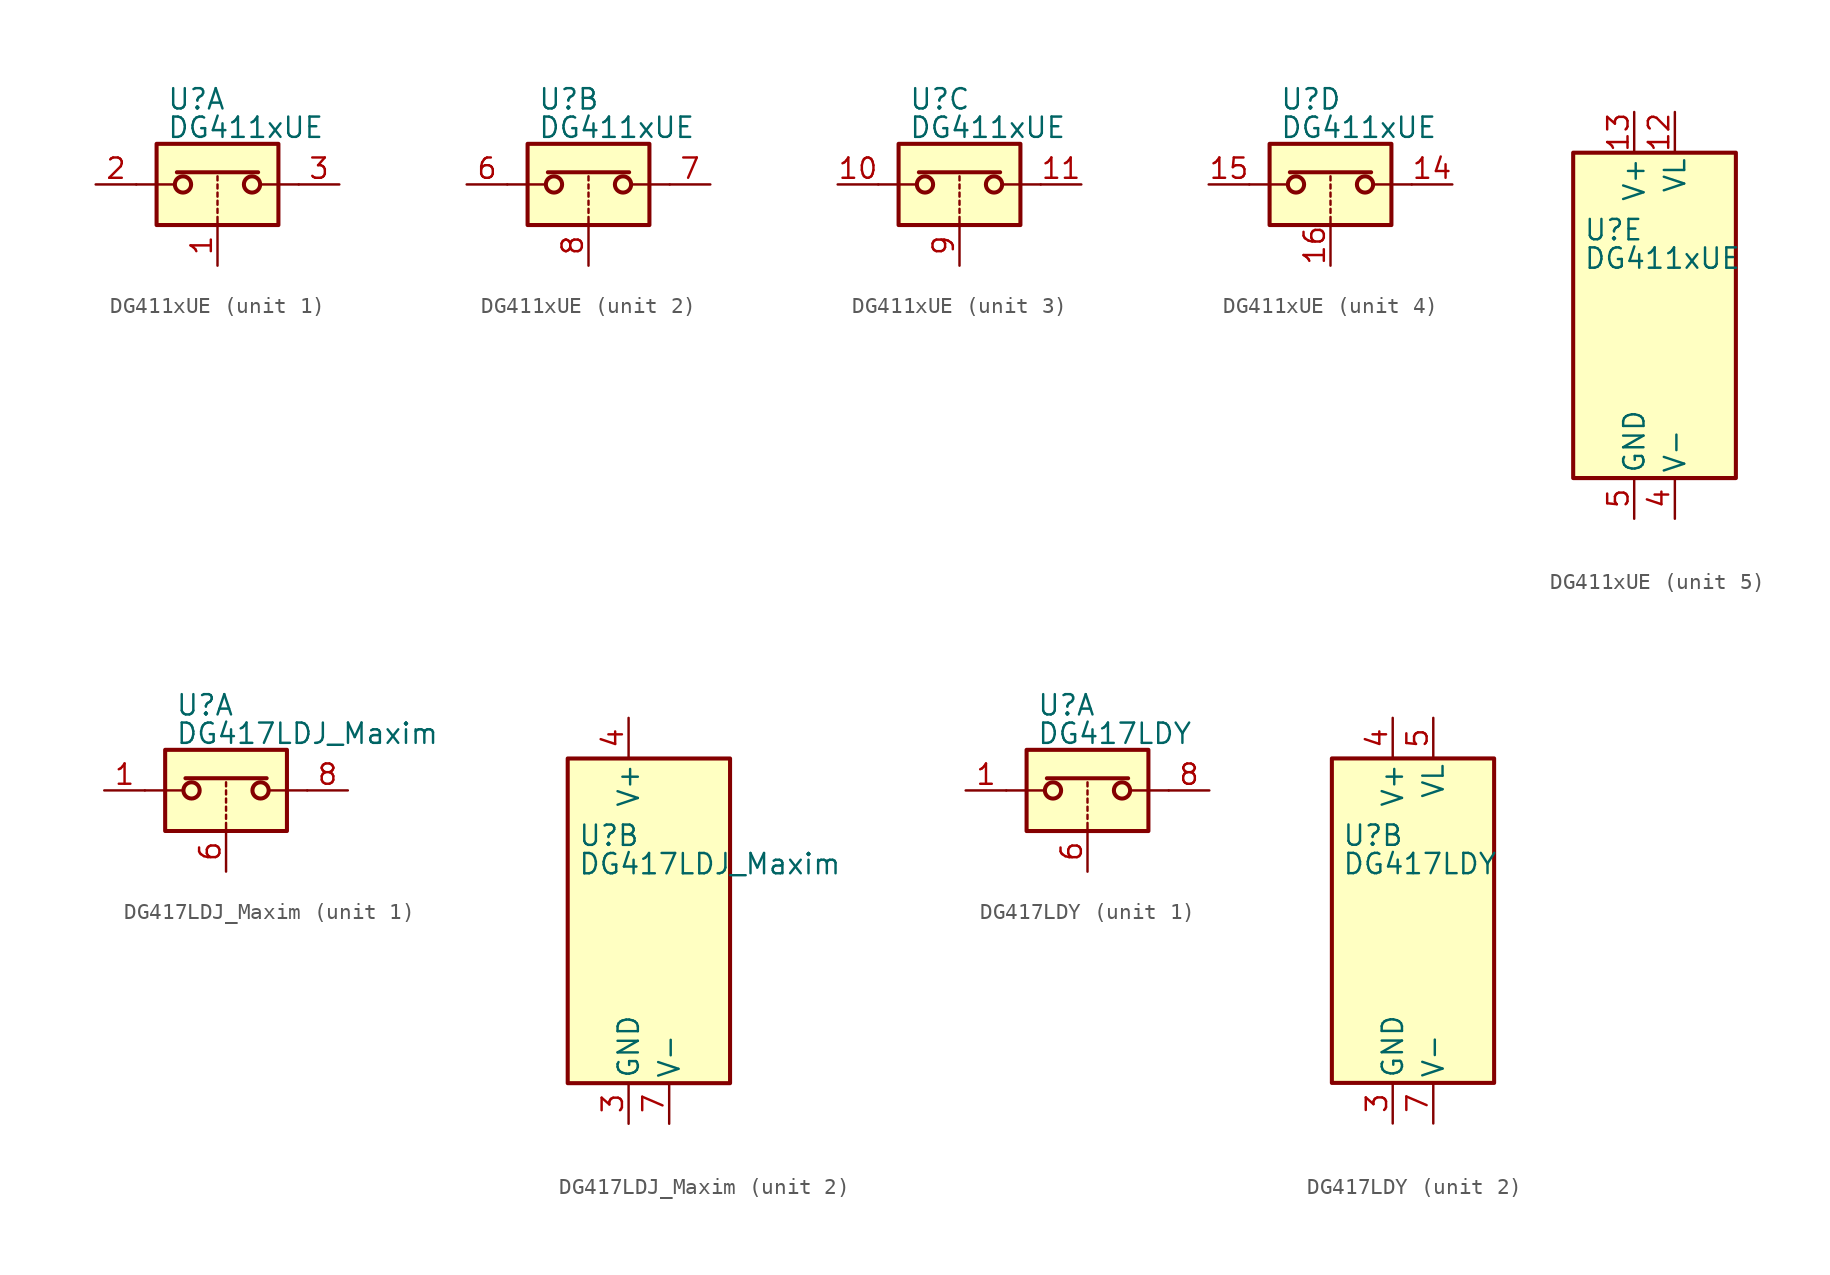
<source format=kicad_sym>
(kicad_symbol_lib
  (version 20220914)
  (generator kicad_symbol_editor)
  (symbol "DG411xUE"
    (pin_names
      (offset 0.254))
    (property "Reference" "U"
      (at -3.175 5.334 0)
      (effects (font (size 1.27 1.27)) (justify left)))
    (property "Value" "DG411xUE"
      (at -3.175 3.556 0)
      (effects (font (size 1.27 1.27)) (justify left)))
    (symbol "DG411xUE_1_1"
      (rectangle (start -3.81 2.54) (end 3.81 -2.54) (stroke (width 0.254) (type default)) (fill (type background)))
      (circle (center -2.159 0) (radius 0.508) (stroke (width 0.254) (type default)) (fill (type none)))
      (polyline (pts (xy -5.08 0) (xy -2.794 0)) (stroke (width 0) (type default)) (fill (type none)))
      (polyline (pts (xy -2.54 0.762) (xy 2.54 0.762)) (stroke (width 0.254) (type default)) (fill (type none)))
      (polyline (pts (xy 0 -2.54) (xy 0 -2.032)) (stroke (width 0) (type default)) (fill (type none)))
      (polyline (pts (xy 0 -1.778) (xy 0 -1.524)) (stroke (width 0) (type default)) (fill (type none)))
      (polyline (pts (xy 0 -1.27) (xy 0 -1.016)) (stroke (width 0) (type default)) (fill (type none)))
      (polyline (pts (xy 0 -0.762) (xy 0 -0.508)) (stroke (width 0) (type default)) (fill (type none)))
      (polyline (pts (xy 0 -0.254) (xy 0 0)) (stroke (width 0) (type default)) (fill (type none)))
      (polyline (pts (xy 0 0.254) (xy 0 0.508)) (stroke (width 0) (type default)) (fill (type none)))
      (polyline (pts (xy 5.08 0) (xy 2.794 0)) (stroke (width 0) (type default)) (fill (type none)))
      (circle (center 2.159 0) (radius 0.508) (stroke (width 0.254) (type default)) (fill (type none)))
      (pin input line (at 0 -5.08 90) (length 2.54) (name "~" (effects (font (size 1.27 1.27)))) (number "1" (effects (font (size 1.27 1.27)))))
      (pin passive line (at -7.62 0 0) (length 2.54) (name "~" (effects (font (size 1.27 1.27)))) (number "2" (effects (font (size 1.27 1.27)))))
      (pin passive line (at 7.62 0 180) (length 2.54) (name "~" (effects (font (size 1.27 1.27)))) (number "3" (effects (font (size 1.27 1.27))))))
    (symbol "DG411xUE_2_1"
      (rectangle (start -3.81 2.54) (end 3.81 -2.54) (stroke (width 0.254) (type default)) (fill (type background)))
      (circle (center -2.159 0) (radius 0.508) (stroke (width 0.254) (type default)) (fill (type none)))
      (polyline (pts (xy -5.08 0) (xy -2.794 0)) (stroke (width 0) (type default)) (fill (type none)))
      (polyline (pts (xy -2.54 0.762) (xy 2.54 0.762)) (stroke (width 0.254) (type default)) (fill (type none)))
      (polyline (pts (xy 0 -2.54) (xy 0 -2.032)) (stroke (width 0) (type default)) (fill (type none)))
      (polyline (pts (xy 0 -1.778) (xy 0 -1.524)) (stroke (width 0) (type default)) (fill (type none)))
      (polyline (pts (xy 0 -1.27) (xy 0 -1.016)) (stroke (width 0) (type default)) (fill (type none)))
      (polyline (pts (xy 0 -0.762) (xy 0 -0.508)) (stroke (width 0) (type default)) (fill (type none)))
      (polyline (pts (xy 0 -0.254) (xy 0 0)) (stroke (width 0) (type default)) (fill (type none)))
      (polyline (pts (xy 0 0.254) (xy 0 0.508)) (stroke (width 0) (type default)) (fill (type none)))
      (polyline (pts (xy 5.08 0) (xy 2.794 0)) (stroke (width 0) (type default)) (fill (type none)))
      (circle (center 2.159 0) (radius 0.508) (stroke (width 0.254) (type default)) (fill (type none)))
      (pin passive line (at -7.62 0 0) (length 2.54) (name "~" (effects (font (size 1.27 1.27)))) (number "6" (effects (font (size 1.27 1.27)))))
      (pin passive line (at 7.62 0 180) (length 2.54) (name "~" (effects (font (size 1.27 1.27)))) (number "7" (effects (font (size 1.27 1.27)))))
      (pin input line (at 0 -5.08 90) (length 2.54) (name "~" (effects (font (size 1.27 1.27)))) (number "8" (effects (font (size 1.27 1.27))))))
    (symbol "DG411xUE_3_1"
      (rectangle (start -3.81 2.54) (end 3.81 -2.54) (stroke (width 0.254) (type default)) (fill (type background)))
      (circle (center -2.159 0) (radius 0.508) (stroke (width 0.254) (type default)) (fill (type none)))
      (polyline (pts (xy -5.08 0) (xy -2.794 0)) (stroke (width 0) (type default)) (fill (type none)))
      (polyline (pts (xy -2.54 0.762) (xy 2.54 0.762)) (stroke (width 0.254) (type default)) (fill (type none)))
      (polyline (pts (xy 0 -2.54) (xy 0 -2.032)) (stroke (width 0) (type default)) (fill (type none)))
      (polyline (pts (xy 0 -1.778) (xy 0 -1.524)) (stroke (width 0) (type default)) (fill (type none)))
      (polyline (pts (xy 0 -1.27) (xy 0 -1.016)) (stroke (width 0) (type default)) (fill (type none)))
      (polyline (pts (xy 0 -0.762) (xy 0 -0.508)) (stroke (width 0) (type default)) (fill (type none)))
      (polyline (pts (xy 0 -0.254) (xy 0 0)) (stroke (width 0) (type default)) (fill (type none)))
      (polyline (pts (xy 0 0.254) (xy 0 0.508)) (stroke (width 0) (type default)) (fill (type none)))
      (polyline (pts (xy 5.08 0) (xy 2.794 0)) (stroke (width 0) (type default)) (fill (type none)))
      (circle (center 2.159 0) (radius 0.508) (stroke (width 0.254) (type default)) (fill (type none)))
      (pin passive line (at -7.62 0 0) (length 2.54) (name "~" (effects (font (size 1.27 1.27)))) (number "10" (effects (font (size 1.27 1.27)))))
      (pin passive line (at 7.62 0 180) (length 2.54) (name "~" (effects (font (size 1.27 1.27)))) (number "11" (effects (font (size 1.27 1.27)))))
      (pin input line (at 0 -5.08 90) (length 2.54) (name "~" (effects (font (size 1.27 1.27)))) (number "9" (effects (font (size 1.27 1.27))))))
    (symbol "DG411xUE_4_1"
      (rectangle (start -3.81 2.54) (end 3.81 -2.54) (stroke (width 0.254) (type default)) (fill (type background)))
      (circle (center -2.159 0) (radius 0.508) (stroke (width 0.254) (type default)) (fill (type none)))
      (polyline (pts (xy -5.08 0) (xy -2.794 0)) (stroke (width 0) (type default)) (fill (type none)))
      (polyline (pts (xy -2.54 0.762) (xy 2.54 0.762)) (stroke (width 0.254) (type default)) (fill (type none)))
      (polyline (pts (xy 0 -2.54) (xy 0 -2.032)) (stroke (width 0) (type default)) (fill (type none)))
      (polyline (pts (xy 0 -1.778) (xy 0 -1.524)) (stroke (width 0) (type default)) (fill (type none)))
      (polyline (pts (xy 0 -1.27) (xy 0 -1.016)) (stroke (width 0) (type default)) (fill (type none)))
      (polyline (pts (xy 0 -0.762) (xy 0 -0.508)) (stroke (width 0) (type default)) (fill (type none)))
      (polyline (pts (xy 0 -0.254) (xy 0 0)) (stroke (width 0) (type default)) (fill (type none)))
      (polyline (pts (xy 0 0.254) (xy 0 0.508)) (stroke (width 0) (type default)) (fill (type none)))
      (polyline (pts (xy 5.08 0) (xy 2.794 0)) (stroke (width 0) (type default)) (fill (type none)))
      (circle (center 2.159 0) (radius 0.508) (stroke (width 0.254) (type default)) (fill (type none)))
      (pin passive line (at 7.62 0 180) (length 2.54) (name "~" (effects (font (size 1.27 1.27)))) (number "14" (effects (font (size 1.27 1.27)))))
      (pin passive line (at -7.62 0 0) (length 2.54) (name "~" (effects (font (size 1.27 1.27)))) (number "15" (effects (font (size 1.27 1.27)))))
      (pin input line (at 0 -5.08 90) (length 2.54) (name "~" (effects (font (size 1.27 1.27)))) (number "16" (effects (font (size 1.27 1.27))))))
    (symbol "DG411xUE_5_0"
      (pin power_in line (at 2.54 12.7 270) (length 2.54) (name "VL" (effects (font (size 1.27 1.27)))) (number "12" (effects (font (size 1.27 1.27)))))
      (pin power_in line (at 0 12.7 270) (length 2.54) (name "V+" (effects (font (size 1.27 1.27)))) (number "13" (effects (font (size 1.27 1.27)))))
      (pin power_in line (at 2.54 -12.7 90) (length 2.54) (name "V-" (effects (font (size 1.27 1.27)))) (number "4" (effects (font (size 1.27 1.27)))))
      (pin power_in line (at 0 -12.7 90) (length 2.54) (name "GND" (effects (font (size 1.27 1.27)))) (number "5" (effects (font (size 1.27 1.27))))))
    (symbol "DG411xUE_5_1"
      (rectangle (start -3.81 10.16) (end 6.35 -10.16) (stroke (width 0.254) (type default)) (fill (type background)))))
  (symbol "DG417LDJ_Maxim"
    (pin_names
      (offset 0.254))
    (property "Reference" "U"
      (at -3.175 5.334 0)
      (effects (font (size 1.27 1.27)) (justify left)))
    (property "Value" "DG417LDJ_Maxim"
      (at -3.175 3.556 0)
      (effects (font (size 1.27 1.27)) (justify left)))
    (symbol "DG417LDJ_Maxim_1_1"
      (rectangle (start -3.81 2.54) (end 3.81 -2.54) (stroke (width 0.254) (type default)) (fill (type background)))
      (circle (center -2.159 0) (radius 0.508) (stroke (width 0.254) (type default)) (fill (type none)))
      (polyline (pts (xy -5.08 0) (xy -2.794 0)) (stroke (width 0) (type default)) (fill (type none)))
      (polyline (pts (xy -2.54 0.762) (xy 2.54 0.762)) (stroke (width 0.254) (type default)) (fill (type none)))
      (polyline (pts (xy 0 -2.54) (xy 0 -2.032)) (stroke (width 0) (type default)) (fill (type none)))
      (polyline (pts (xy 0 -1.778) (xy 0 -1.524)) (stroke (width 0) (type default)) (fill (type none)))
      (polyline (pts (xy 0 -1.27) (xy 0 -1.016)) (stroke (width 0) (type default)) (fill (type none)))
      (polyline (pts (xy 0 -0.762) (xy 0 -0.508)) (stroke (width 0) (type default)) (fill (type none)))
      (polyline (pts (xy 0 -0.254) (xy 0 0)) (stroke (width 0) (type default)) (fill (type none)))
      (polyline (pts (xy 0 0.254) (xy 0 0.508)) (stroke (width 0) (type default)) (fill (type none)))
      (polyline (pts (xy 5.08 0) (xy 2.794 0)) (stroke (width 0) (type default)) (fill (type none)))
      (circle (center 2.159 0) (radius 0.508) (stroke (width 0.254) (type default)) (fill (type none)))
      (pin passive line (at -7.62 0 0) (length 2.54) (name "~" (effects (font (size 1.27 1.27)))) (number "1" (effects (font (size 1.27 1.27)))))
      (pin input line (at 0 -5.08 90) (length 2.54) (name "~" (effects (font (size 1.27 1.27)))) (number "6" (effects (font (size 1.27 1.27)))))
      (pin passive line (at 7.62 0 180) (length 2.54) (name "~" (effects (font (size 1.27 1.27)))) (number "8" (effects (font (size 1.27 1.27))))))
    (symbol "DG417LDJ_Maxim_2_0"
      (pin no_connect line (at -2.54 10.16 270) (length 2.54) hide (name "NC" (effects (font (size 1.27 1.27)))) (number "2" (effects (font (size 1.27 1.27)))))
      (pin power_in line (at 0 -12.7 90) (length 2.54) (name "GND" (effects (font (size 1.27 1.27)))) (number "3" (effects (font (size 1.27 1.27)))))
      (pin power_in line (at 0 12.7 270) (length 2.54) (name "V+" (effects (font (size 1.27 1.27)))) (number "4" (effects (font (size 1.27 1.27)))))
      (pin no_connect line (at 2.54 10.16 270) (length 2.54) hide (name "NC" (effects (font (size 1.27 1.27)))) (number "5" (effects (font (size 1.27 1.27)))))
      (pin power_in line (at 2.54 -12.7 90) (length 2.54) (name "V-" (effects (font (size 1.27 1.27)))) (number "7" (effects (font (size 1.27 1.27))))))
    (symbol "DG417LDJ_Maxim_2_1"
      (rectangle (start -3.81 10.16) (end 6.35 -10.16) (stroke (width 0.254) (type default)) (fill (type background)))))
  (symbol "DG417LDY"
    (pin_names
      (offset 0.254))
    (property "Reference" "U"
      (at -3.175 5.334 0)
      (effects (font (size 1.27 1.27)) (justify left)))
    (property "Value" "DG417LDY"
      (at -3.175 3.556 0)
      (effects (font (size 1.27 1.27)) (justify left)))
    (symbol "DG417LDY_1_1"
      (rectangle (start -3.81 2.54) (end 3.81 -2.54) (stroke (width 0.254) (type default)) (fill (type background)))
      (circle (center -2.159 0) (radius 0.508) (stroke (width 0.254) (type default)) (fill (type none)))
      (polyline (pts (xy -5.08 0) (xy -2.794 0)) (stroke (width 0) (type default)) (fill (type none)))
      (polyline (pts (xy -2.54 0.762) (xy 2.54 0.762)) (stroke (width 0.254) (type default)) (fill (type none)))
      (polyline (pts (xy 0 -2.54) (xy 0 -2.032)) (stroke (width 0) (type default)) (fill (type none)))
      (polyline (pts (xy 0 -1.778) (xy 0 -1.524)) (stroke (width 0) (type default)) (fill (type none)))
      (polyline (pts (xy 0 -1.27) (xy 0 -1.016)) (stroke (width 0) (type default)) (fill (type none)))
      (polyline (pts (xy 0 -0.762) (xy 0 -0.508)) (stroke (width 0) (type default)) (fill (type none)))
      (polyline (pts (xy 0 -0.254) (xy 0 0)) (stroke (width 0) (type default)) (fill (type none)))
      (polyline (pts (xy 0 0.254) (xy 0 0.508)) (stroke (width 0) (type default)) (fill (type none)))
      (polyline (pts (xy 5.08 0) (xy 2.794 0)) (stroke (width 0) (type default)) (fill (type none)))
      (circle (center 2.159 0) (radius 0.508) (stroke (width 0.254) (type default)) (fill (type none)))
      (pin passive line (at -7.62 0 0) (length 2.54) (name "~" (effects (font (size 1.27 1.27)))) (number "1" (effects (font (size 1.27 1.27)))))
      (pin input line (at 0 -5.08 90) (length 2.54) (name "~" (effects (font (size 1.27 1.27)))) (number "6" (effects (font (size 1.27 1.27)))))
      (pin passive line (at 7.62 0 180) (length 2.54) (name "~" (effects (font (size 1.27 1.27)))) (number "8" (effects (font (size 1.27 1.27))))))
    (symbol "DG417LDY_2_0"
      (pin no_connect line (at -2.54 10.16 270) (length 2.54) hide (name "NC" (effects (font (size 1.27 1.27)))) (number "2" (effects (font (size 1.27 1.27)))))
      (pin power_in line (at 0 -12.7 90) (length 2.54) (name "GND" (effects (font (size 1.27 1.27)))) (number "3" (effects (font (size 1.27 1.27)))))
      (pin power_in line (at 0 12.7 270) (length 2.54) (name "V+" (effects (font (size 1.27 1.27)))) (number "4" (effects (font (size 1.27 1.27)))))
      (pin power_in line (at 2.54 12.7 270) (length 2.54) (name "VL" (effects (font (size 1.27 1.27)))) (number "5" (effects (font (size 1.27 1.27)))))
      (pin power_in line (at 2.54 -12.7 90) (length 2.54) (name "V-" (effects (font (size 1.27 1.27)))) (number "7" (effects (font (size 1.27 1.27))))))
    (symbol "DG417LDY_2_1"
      (rectangle (start -3.81 10.16) (end 6.35 -10.16) (stroke (width 0.254) (type default)) (fill (type background))))))
</source>
